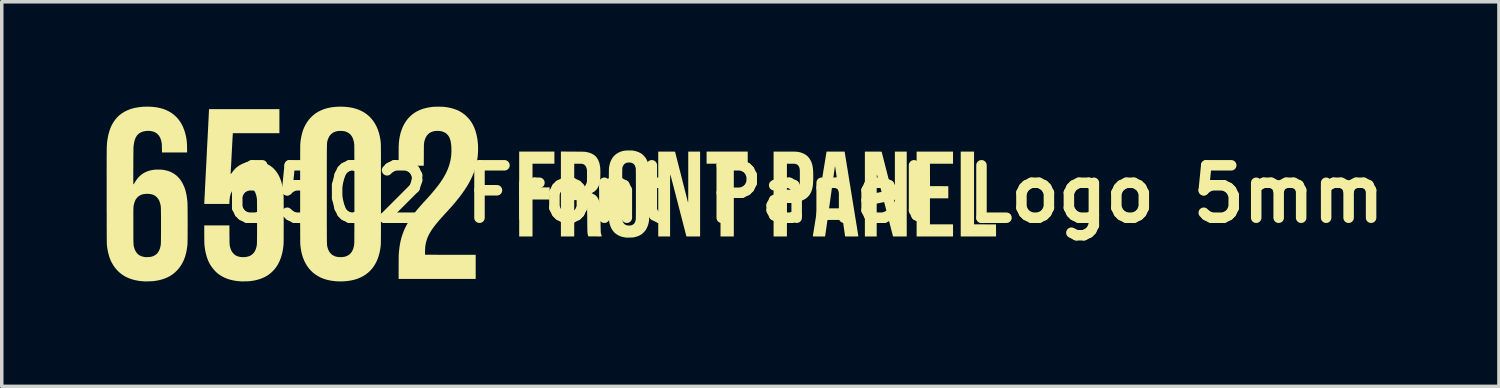
<source format=kicad_pcb>
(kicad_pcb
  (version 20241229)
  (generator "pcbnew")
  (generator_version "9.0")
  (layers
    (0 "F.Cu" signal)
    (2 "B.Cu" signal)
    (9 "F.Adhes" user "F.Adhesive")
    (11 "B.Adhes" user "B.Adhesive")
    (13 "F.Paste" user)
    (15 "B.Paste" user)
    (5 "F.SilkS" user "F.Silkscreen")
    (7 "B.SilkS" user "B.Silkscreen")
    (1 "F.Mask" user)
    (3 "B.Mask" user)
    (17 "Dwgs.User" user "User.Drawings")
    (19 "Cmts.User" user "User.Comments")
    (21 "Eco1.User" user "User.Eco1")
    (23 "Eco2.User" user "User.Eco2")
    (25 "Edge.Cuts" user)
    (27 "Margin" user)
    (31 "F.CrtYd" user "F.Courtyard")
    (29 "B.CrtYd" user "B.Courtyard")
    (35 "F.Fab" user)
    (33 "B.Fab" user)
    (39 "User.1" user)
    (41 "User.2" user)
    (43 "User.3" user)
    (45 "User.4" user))
  (footprint "6502 Front Panel Logo 5mm"
    (layer "F.Cu")
    (at 19.985 2.499)
    (property "Reference" "6502 Front Panel Logo 5mm" (at 0 0 0) (layer "F.SilkS") (effects (font (size 1.5 1.5) (thickness 0.3))))
    (attr board_only exclude_from_pos_files exclude_from_bom)
    (fp_poly (pts (xy 4.823 -0.173) (xy 4.823 0.867) (xy 5.137 0.868) (xy 5.451 0.869) (xy 5.452 1.042) (xy 5.453 1.214) (xy 4.948 1.214) (xy 4.442 1.214) (xy 4.442 0) (xy 4.442 -1.214) (xy 4.632 -1.214) (xy 4.823 -1.214)) (stroke (width 0) (type solid)) (fill yes) (layer "F.SilkS"))
    (fp_poly (pts (xy -1.65 -1.041) (xy -1.65 -0.867) (xy -1.849 -0.867) (xy -2.048 -0.867) (xy -2.048 0.173) (xy -2.048 1.214) (xy -2.238 1.214) (xy -2.428 1.214) (xy -2.428 0.173) (xy -2.428 -0.867) (xy -2.627 -0.867) (xy -2.826 -0.867) (xy -2.826 -1.041) (xy -2.826 -1.214) (xy -2.238 -1.214) (xy -1.65 -1.214)) (stroke (width 0) (type solid)) (fill yes) (layer "F.SilkS"))
    (fp_poly (pts (xy -7.179 -1.041) (xy -7.179 -0.867) (xy -7.492 -0.867) (xy -7.805 -0.867) (xy -7.805 -0.529) (xy -7.805 -0.19) (xy -7.56 -0.19) (xy -7.315 -0.19) (xy -7.315 -0.017) (xy -7.315 0.157) (xy -7.56 0.157) (xy -7.805 0.157) (xy -7.805 0.685) (xy -7.805 1.214) (xy -7.996 1.214) (xy -8.186 1.214) (xy -8.186 0) (xy -8.186 -1.214) (xy -7.683 -1.214) (xy -7.179 -1.214)) (stroke (width 0) (type solid)) (fill yes) (layer "F.SilkS"))
    (fp_poly (pts (xy 4.222 -1.041) (xy 4.222 -0.867) (xy 3.892 -0.867) (xy 3.562 -0.867) (xy 3.563 -0.547) (xy 3.564 -0.226) (xy 3.825 -0.225) (xy 4.087 -0.224) (xy 4.087 -0.051) (xy 4.087 0.123) (xy 3.824 0.123) (xy 3.562 0.123) (xy 3.562 0.495) (xy 3.562 0.867) (xy 3.892 0.867) (xy 4.222 0.867) (xy 4.222 1.041) (xy 4.222 1.214) (xy 3.702 1.214) (xy 3.181 1.214) (xy 3.181 0) (xy 3.181 -1.214) (xy 3.702 -1.214) (xy 4.222 -1.214)) (stroke (width 0) (type solid)) (fill yes) (layer "F.SilkS"))
    (fp_poly (pts (xy -3.969 -1.213) (xy -3.729 -1.212) (xy -3.544 -0.489) (xy -3.525 -0.412) (xy -3.506 -0.338) (xy -3.488 -0.266) (xy -3.47 -0.198) (xy -3.454 -0.133) (xy -3.438 -0.072) (xy -3.423 -0.015) (xy -3.41 0.038) (xy -3.398 0.085) (xy -3.387 0.126) (xy -3.378 0.162) (xy -3.371 0.191) (xy -3.365 0.214) (xy -3.361 0.229) (xy -3.359 0.237) (xy -3.359 0.238) (xy -3.356 0.241) (xy -3.355 0.241) (xy -3.354 0.237) (xy -3.354 0.224) (xy -3.353 0.203) (xy -3.353 0.174) (xy -3.352 0.136) (xy -3.352 0.09) (xy -3.352 0.035) (xy -3.351 -0.028) (xy -3.351 -0.099) (xy -3.351 -0.178) (xy -3.351 -0.266) (xy -3.351 -0.362) (xy -3.351 -0.466) (xy -3.351 -0.487) (xy -3.351 -1.214) (xy -3.181 -1.214) (xy -3.012 -1.214) (xy -3.012 0) (xy -3.012 1.214) (xy -3.208 1.214) (xy -3.403 1.214) (xy -3.632 0.328) (xy -3.661 0.214) (xy -3.689 0.108) (xy -3.714 0.009) (xy -3.738 -0.082) (xy -3.759 -0.165) (xy -3.779 -0.24) (xy -3.797 -0.307) (xy -3.812 -0.367) (xy -3.826 -0.418) (xy -3.838 -0.462) (xy -3.847 -0.497) (xy -3.855 -0.525) (xy -3.861 -0.544) (xy -3.864 -0.555) (xy -3.866 -0.558) (xy -3.866 -0.557) (xy -3.867 -0.552) (xy -3.867 -0.544) (xy -3.868 -0.532) (xy -3.868 -0.516) (xy -3.869 -0.496) (xy -3.869 -0.471) (xy -3.869 -0.441) (xy -3.87 -0.406) (xy -3.87 -0.366) (xy -3.87 -0.319) (xy -3.87 -0.267) (xy -3.871 -0.208) (xy -3.871 -0.143) (xy -3.871 -0.071) (xy -3.871 0.009) (xy -3.871 0.096) (xy -3.871 0.191) (xy -3.871 0.294) (xy -3.871 0.328) (xy -3.871 1.214) (xy -4.04 1.214) (xy -4.209 1.214) (xy -4.209 -0.000035) (xy -4.209 -1.214)) (stroke (width 0) (type solid)) (fill yes) (layer "F.SilkS"))
    (fp_poly (pts (xy 1.94 -1.213) (xy 2.18 -1.212) (xy 2.365 -0.487) (xy 2.385 -0.41) (xy 2.404 -0.336) (xy 2.422 -0.264) (xy 2.44 -0.196) (xy 2.456 -0.13) (xy 2.472 -0.069) (xy 2.487 -0.012) (xy 2.5 0.04) (xy 2.512 0.087) (xy 2.522 0.129) (xy 2.532 0.164) (xy 2.539 0.194) (xy 2.545 0.216) (xy 2.549 0.231) (xy 2.551 0.239) (xy 2.551 0.24) (xy 2.554 0.241) (xy 2.555 0.241) (xy 2.556 0.237) (xy 2.556 0.224) (xy 2.557 0.203) (xy 2.557 0.174) (xy 2.558 0.136) (xy 2.558 0.09) (xy 2.559 0.035) (xy 2.559 -0.028) (xy 2.559 -0.099) (xy 2.559 -0.178) (xy 2.559 -0.266) (xy 2.559 -0.362) (xy 2.559 -0.466) (xy 2.559 -0.487) (xy 2.559 -1.214) (xy 2.729 -1.214) (xy 2.898 -1.214) (xy 2.898 0) (xy 2.898 1.214) (xy 2.702 1.214) (xy 2.506 1.214) (xy 2.278 0.329) (xy 2.254 0.238) (xy 2.231 0.149) (xy 2.209 0.065) (xy 2.188 -0.016) (xy 2.169 -0.092) (xy 2.15 -0.164) (xy 2.132 -0.23) (xy 2.116 -0.292) (xy 2.102 -0.348) (xy 2.088 -0.398) (xy 2.077 -0.441) (xy 2.067 -0.479) (xy 2.058 -0.509) (xy 2.052 -0.532) (xy 2.047 -0.548) (xy 2.045 -0.556) (xy 2.044 -0.557) (xy 2.044 -0.556) (xy 2.043 -0.551) (xy 2.043 -0.543) (xy 2.042 -0.53) (xy 2.042 -0.513) (xy 2.041 -0.492) (xy 2.041 -0.466) (xy 2.041 -0.434) (xy 2.04 -0.398) (xy 2.04 -0.355) (xy 2.04 -0.307) (xy 2.04 -0.253) (xy 2.039 -0.192) (xy 2.039 -0.124) (xy 2.039 -0.049) (xy 2.039 0.033) (xy 2.039 0.123) (xy 2.039 0.221) (xy 2.039 0.327) (xy 2.039 0.328) (xy 2.039 1.214) (xy 1.87 1.214) (xy 1.701 1.214) (xy 1.701 -0.000035) (xy 1.701 -1.214)) (stroke (width 0) (type solid)) (fill yes) (layer "F.SilkS"))
    (fp_poly (pts (xy -0.533 -1.214) (xy -0.475 -1.214) (xy -0.424 -1.214) (xy -0.379 -1.213) (xy -0.34 -1.213) (xy -0.306 -1.212) (xy -0.277 -1.21) (xy -0.251 -1.209) (xy -0.229 -1.207) (xy -0.209 -1.204) (xy -0.19 -1.201) (xy -0.173 -1.198) (xy -0.157 -1.194) (xy -0.14 -1.189) (xy -0.122 -1.184) (xy -0.116 -1.182) (xy -0.058 -1.159) (xy -0.004 -1.13) (xy 0.044 -1.095) (xy 0.086 -1.053) (xy 0.123 -1.005) (xy 0.154 -0.951) (xy 0.18 -0.891) (xy 0.199 -0.825) (xy 0.207 -0.786) (xy 0.212 -0.751) (xy 0.217 -0.709) (xy 0.22 -0.662) (xy 0.222 -0.61) (xy 0.224 -0.555) (xy 0.224 -0.499) (xy 0.224 -0.443) (xy 0.222 -0.388) (xy 0.22 -0.335) (xy 0.217 -0.287) (xy 0.213 -0.244) (xy 0.208 -0.208) (xy 0.207 -0.203) (xy 0.192 -0.136) (xy 0.171 -0.074) (xy 0.144 -0.018) (xy 0.112 0.032) (xy 0.097 0.051) (xy 0.059 0.092) (xy 0.015 0.128) (xy -0.034 0.158) (xy -0.088 0.182) (xy -0.149 0.202) (xy -0.205 0.214) (xy -0.22 0.216) (xy -0.237 0.218) (xy -0.259 0.22) (xy -0.286 0.221) (xy -0.319 0.222) (xy -0.359 0.223) (xy -0.385 0.224) (xy -0.527 0.226) (xy -0.528 0.72) (xy -0.529 1.214) (xy -0.719 1.214) (xy -0.91 1.214) (xy -0.91 0) (xy -0.91 -0.495) (xy -0.529 -0.495) (xy -0.529 -0.123) (xy -0.418 -0.123) (xy -0.379 -0.123) (xy -0.347 -0.123) (xy -0.323 -0.124) (xy -0.304 -0.126) (xy -0.291 -0.127) (xy -0.285 -0.129) (xy -0.251 -0.141) (xy -0.223 -0.158) (xy -0.201 -0.181) (xy -0.183 -0.21) (xy -0.17 -0.246) (xy -0.166 -0.263) (xy -0.164 -0.272) (xy -0.163 -0.282) (xy -0.162 -0.293) (xy -0.161 -0.307) (xy -0.16 -0.323) (xy -0.159 -0.344) (xy -0.159 -0.37) (xy -0.159 -0.401) (xy -0.159 -0.439) (xy -0.159 -0.484) (xy -0.159 -0.495) (xy -0.159 -0.542) (xy -0.159 -0.582) (xy -0.159 -0.614) (xy -0.159 -0.641) (xy -0.16 -0.663) (xy -0.161 -0.68) (xy -0.162 -0.694) (xy -0.163 -0.706) (xy -0.164 -0.715) (xy -0.166 -0.724) (xy -0.166 -0.725) (xy -0.176 -0.762) (xy -0.19 -0.792) (xy -0.206 -0.816) (xy -0.227 -0.835) (xy -0.241 -0.844) (xy -0.254 -0.85) (xy -0.267 -0.856) (xy -0.279 -0.86) (xy -0.294 -0.863) (xy -0.312 -0.865) (xy -0.334 -0.866) (xy -0.361 -0.867) (xy -0.395 -0.867) (xy -0.418 -0.867) (xy -0.529 -0.867) (xy -0.529 -0.495) (xy -0.91 -0.495) (xy -0.91 -1.214) (xy -0.6 -1.214)) (stroke (width 0) (type solid)) (fill yes) (layer "F.SilkS"))
    (fp_poly (pts (xy 1.123 -1.203) (xy 1.124 -1.197) (xy 1.126 -1.183) (xy 1.13 -1.162) (xy 1.134 -1.134) (xy 1.14 -1.1) (xy 1.147 -1.059) (xy 1.154 -1.012) (xy 1.163 -0.959) (xy 1.172 -0.902) (xy 1.182 -0.84) (xy 1.193 -0.773) (xy 1.205 -0.703) (xy 1.217 -0.629) (xy 1.229 -0.552) (xy 1.242 -0.473) (xy 1.255 -0.391) (xy 1.269 -0.307) (xy 1.283 -0.222) (xy 1.297 -0.136) (xy 1.311 -0.05) (xy 1.325 0.037) (xy 1.339 0.124) (xy 1.353 0.211) (xy 1.367 0.296) (xy 1.381 0.38) (xy 1.394 0.462) (xy 1.407 0.542) (xy 1.419 0.619) (xy 1.431 0.694) (xy 1.443 0.765) (xy 1.454 0.832) (xy 1.464 0.895) (xy 1.474 0.954) (xy 1.482 1.007) (xy 1.49 1.055) (xy 1.497 1.098) (xy 1.503 1.134) (xy 1.507 1.163) (xy 1.511 1.186) (xy 1.513 1.201) (xy 1.514 1.208) (xy 1.515 1.209) (xy 1.513 1.21) (xy 1.508 1.211) (xy 1.499 1.212) (xy 1.486 1.213) (xy 1.467 1.213) (xy 1.442 1.214) (xy 1.411 1.214) (xy 1.372 1.214) (xy 1.326 1.214) (xy 1.325 1.214) (xy 1.136 1.214) (xy 1.102 0.978) (xy 1.068 0.742) (xy 0.849 0.741) (xy 0.796 0.741) (xy 0.75 0.741) (xy 0.711 0.741) (xy 0.68 0.742) (xy 0.656 0.742) (xy 0.639 0.743) (xy 0.631 0.744) (xy 0.63 0.744) (xy 0.63 0.749) (xy 0.628 0.762) (xy 0.625 0.78) (xy 0.622 0.805) (xy 0.618 0.834) (xy 0.613 0.866) (xy 0.608 0.902) (xy 0.603 0.939) (xy 0.597 0.977) (xy 0.592 1.015) (xy 0.586 1.051) (xy 0.581 1.086) (xy 0.577 1.118) (xy 0.572 1.146) (xy 0.569 1.169) (xy 0.566 1.187) (xy 0.565 1.198) (xy 0.564 1.2) (xy 0.562 1.214) (xy 0.387 1.214) (xy 0.342 1.214) (xy 0.306 1.214) (xy 0.276 1.214) (xy 0.253 1.213) (xy 0.236 1.213) (xy 0.224 1.212) (xy 0.216 1.211) (xy 0.212 1.21) (xy 0.212 1.209) (xy 0.212 1.204) (xy 0.214 1.192) (xy 0.217 1.172) (xy 0.222 1.144) (xy 0.227 1.11) (xy 0.234 1.07) (xy 0.241 1.024) (xy 0.249 0.972) (xy 0.259 0.916) (xy 0.269 0.854) (xy 0.279 0.788) (xy 0.291 0.718) (xy 0.302 0.645) (xy 0.315 0.569) (xy 0.328 0.489) (xy 0.341 0.41) (xy 0.676 0.41) (xy 0.848 0.41) (xy 1.02 0.41) (xy 1.019 0.401) (xy 1.019 0.395) (xy 1.017 0.381) (xy 1.014 0.36) (xy 1.011 0.333) (xy 1.006 0.299) (xy 1.001 0.261) (xy 0.994 0.217) (xy 0.988 0.169) (xy 0.981 0.118) (xy 0.973 0.064) (xy 0.965 0.007) (xy 0.956 -0.052) (xy 0.948 -0.113) (xy 0.939 -0.174) (xy 0.93 -0.235) (xy 0.922 -0.296) (xy 0.913 -0.355) (xy 0.905 -0.414) (xy 0.897 -0.47) (xy 0.889 -0.524) (xy 0.881 -0.574) (xy 0.875 -0.62) (xy 0.869 -0.662) (xy 0.863 -0.699) (xy 0.858 -0.731) (xy 0.855 -0.756) (xy 0.852 -0.775) (xy 0.85 -0.786) (xy 0.849 -0.789) (xy 0.845 -0.791) (xy 0.844 -0.791) (xy 0.844 -0.786) (xy 0.842 -0.774) (xy 0.839 -0.755) (xy 0.835 -0.728) (xy 0.83 -0.695) (xy 0.825 -0.656) (xy 0.819 -0.611) (xy 0.812 -0.561) (xy 0.804 -0.507) (xy 0.796 -0.449) (xy 0.787 -0.387) (xy 0.778 -0.322) (xy 0.769 -0.254) (xy 0.762 -0.203) (xy 0.752 -0.133) (xy 0.743 -0.066) (xy 0.734 -0.001) (xy 0.725 0.061) (xy 0.717 0.119) (xy 0.71 0.172) (xy 0.703 0.222) (xy 0.697 0.266) (xy 0.691 0.305) (xy 0.687 0.337) (xy 0.683 0.363) (xy 0.68 0.382) (xy 0.679 0.393) (xy 0.678 0.397) (xy 0.676 0.41) (xy 0.341 0.41) (xy 0.341 0.408) (xy 0.354 0.325) (xy 0.368 0.24) (xy 0.382 0.154) (xy 0.396 0.067) (xy 0.41 -0.02) (xy 0.425 -0.107) (xy 0.439 -0.193) (xy 0.452 -0.279) (xy 0.466 -0.363) (xy 0.48 -0.445) (xy 0.493 -0.526) (xy 0.505 -0.603) (xy 0.517 -0.678) (xy 0.529 -0.75) (xy 0.54 -0.817) (xy 0.551 -0.881) (xy 0.56 -0.94) (xy 0.569 -0.994) (xy 0.577 -1.043) (xy 0.584 -1.086) (xy 0.59 -1.123) (xy 0.595 -1.154) (xy 0.599 -1.177) (xy 0.602 -1.193) (xy 0.603 -1.202) (xy 0.603 -1.203) (xy 0.606 -1.214) (xy 0.863 -1.214) (xy 1.12 -1.214)) (stroke (width 0) (type solid)) (fill yes) (layer "F.SilkS"))
    (fp_poly (pts (xy -6.654 -1.213) (xy -6.592 -1.213) (xy -6.538 -1.212) (xy -6.491 -1.212) (xy -6.451 -1.212) (xy -6.416 -1.211) (xy -6.387 -1.211) (xy -6.363 -1.21) (xy -6.343 -1.21) (xy -6.326 -1.209) (xy -6.313 -1.208) (xy -6.301 -1.207) (xy -6.291 -1.206) (xy -6.282 -1.205) (xy -6.273 -1.203) (xy -6.268 -1.202) (xy -6.203 -1.188) (xy -6.145 -1.169) (xy -6.094 -1.146) (xy -6.049 -1.119) (xy -6.009 -1.087) (xy -5.975 -1.049) (xy -5.945 -1.006) (xy -5.926 -0.971) (xy -5.907 -0.927) (xy -5.892 -0.88) (xy -5.88 -0.828) (xy -5.871 -0.769) (xy -5.867 -0.73) (xy -5.866 -0.702) (xy -5.865 -0.669) (xy -5.864 -0.632) (xy -5.864 -0.592) (xy -5.865 -0.551) (xy -5.865 -0.51) (xy -5.867 -0.471) (xy -5.868 -0.435) (xy -5.87 -0.403) (xy -5.873 -0.378) (xy -5.874 -0.369) (xy -5.887 -0.305) (xy -5.906 -0.246) (xy -5.931 -0.193) (xy -5.96 -0.146) (xy -5.992 -0.108) (xy -6.011 -0.091) (xy -6.035 -0.072) (xy -6.061 -0.055) (xy -6.086 -0.041) (xy -6.095 -0.036) (xy -6.106 -0.031) (xy -6.112 -0.026) (xy -6.112 -0.025) (xy -6.108 -0.021) (xy -6.098 -0.016) (xy -6.084 -0.009) (xy -6.077 -0.006) (xy -6.037 0.014) (xy -6.001 0.039) (xy -5.971 0.068) (xy -5.944 0.103) (xy -5.922 0.143) (xy -5.903 0.19) (xy -5.888 0.243) (xy -5.875 0.303) (xy -5.869 0.344) (xy -5.868 0.355) (xy -5.867 0.368) (xy -5.866 0.384) (xy -5.865 0.402) (xy -5.864 0.425) (xy -5.863 0.451) (xy -5.863 0.483) (xy -5.862 0.52) (xy -5.861 0.563) (xy -5.861 0.612) (xy -5.86 0.669) (xy -5.859 0.734) (xy -5.859 0.742) (xy -5.859 0.806) (xy -5.858 0.861) (xy -5.858 0.91) (xy -5.857 0.951) (xy -5.856 0.987) (xy -5.856 1.016) (xy -5.855 1.041) (xy -5.854 1.062) (xy -5.854 1.078) (xy -5.853 1.092) (xy -5.852 1.102) (xy -5.851 1.111) (xy -5.849 1.118) (xy -5.849 1.121) (xy -5.841 1.153) (xy -5.831 1.185) (xy -5.823 1.207) (xy -5.823 1.209) (xy -5.824 1.21) (xy -5.827 1.211) (xy -5.833 1.212) (xy -5.842 1.213) (xy -5.855 1.213) (xy -5.874 1.213) (xy -5.898 1.214) (xy -5.928 1.214) (xy -5.965 1.213) (xy -6.01 1.213) (xy -6.014 1.213) (xy -6.208 1.212) (xy -6.214 1.193) (xy -6.218 1.18) (xy -6.221 1.168) (xy -6.224 1.157) (xy -6.227 1.146) (xy -6.229 1.135) (xy -6.231 1.122) (xy -6.233 1.108) (xy -6.234 1.092) (xy -6.235 1.072) (xy -6.236 1.05) (xy -6.237 1.023) (xy -6.237 0.991) (xy -6.238 0.954) (xy -6.238 0.91) (xy -6.239 0.86) (xy -6.239 0.803) (xy -6.24 0.747) (xy -6.24 0.682) (xy -6.241 0.625) (xy -6.242 0.575) (xy -6.242 0.533) (xy -6.243 0.496) (xy -6.243 0.465) (xy -6.244 0.439) (xy -6.245 0.417) (xy -6.245 0.399) (xy -6.246 0.385) (xy -6.247 0.373) (xy -6.248 0.364) (xy -6.25 0.356) (xy -6.25 0.354) (xy -6.26 0.311) (xy -6.274 0.275) (xy -6.292 0.245) (xy -6.315 0.221) (xy -6.342 0.202) (xy -6.376 0.187) (xy -6.389 0.183) (xy -6.4 0.181) (xy -6.416 0.179) (xy -6.438 0.177) (xy -6.466 0.176) (xy -6.502 0.175) (xy -6.512 0.175) (xy -6.612 0.173) (xy -6.612 0.693) (xy -6.612 1.214) (xy -6.803 1.214) (xy -6.993 1.214) (xy -6.993 -0.000231) (xy -6.993 -0.52) (xy -6.612 -0.52) (xy -6.612 -0.172) (xy -6.512 -0.175) (xy -6.473 -0.176) (xy -6.442 -0.177) (xy -6.418 -0.179) (xy -6.401 -0.181) (xy -6.39 -0.183) (xy -6.364 -0.192) (xy -6.339 -0.205) (xy -6.317 -0.219) (xy -6.301 -0.234) (xy -6.301 -0.234) (xy -6.283 -0.259) (xy -6.268 -0.29) (xy -6.256 -0.325) (xy -6.254 -0.334) (xy -6.252 -0.343) (xy -6.25 -0.354) (xy -6.249 -0.366) (xy -6.248 -0.381) (xy -6.247 -0.399) (xy -6.247 -0.423) (xy -6.247 -0.452) (xy -6.246 -0.487) (xy -6.246 -0.525) (xy -6.246 -0.567) (xy -6.247 -0.602) (xy -6.247 -0.63) (xy -6.247 -0.653) (xy -6.248 -0.671) (xy -6.249 -0.686) (xy -6.251 -0.699) (xy -6.252 -0.71) (xy -6.254 -0.719) (xy -6.266 -0.759) (xy -6.281 -0.793) (xy -6.301 -0.819) (xy -6.326 -0.839) (xy -6.333 -0.844) (xy -6.346 -0.85) (xy -6.359 -0.856) (xy -6.372 -0.86) (xy -6.387 -0.863) (xy -6.405 -0.865) (xy -6.428 -0.866) (xy -6.456 -0.867) (xy -6.49 -0.867) (xy -6.505 -0.867) (xy -6.612 -0.867) (xy -6.612 -0.52) (xy -6.993 -0.52) (xy -6.993 -1.215)) (stroke (width 0) (type solid)) (fill yes) (layer "F.SilkS"))
    (fp_poly (pts (xy -10.456 -2.497) (xy -10.418 -2.497) (xy -10.384 -2.496) (xy -10.355 -2.494) (xy -10.335 -2.493) (xy -10.235 -2.479) (xy -10.141 -2.46) (xy -10.053 -2.435) (xy -9.971 -2.405) (xy -9.895 -2.369) (xy -9.823 -2.327) (xy -9.756 -2.279) (xy -9.745 -2.271) (xy -9.729 -2.257) (xy -9.71 -2.24) (xy -9.69 -2.22) (xy -9.67 -2.201) (xy -9.665 -2.195) (xy -9.607 -2.13) (xy -9.555 -2.058) (xy -9.51 -1.981) (xy -9.47 -1.897) (xy -9.437 -1.808) (xy -9.41 -1.713) (xy -9.388 -1.612) (xy -9.373 -1.505) (xy -9.367 -1.439) (xy -9.364 -1.403) (xy -9.363 -1.361) (xy -9.362 -1.315) (xy -9.362 -1.268) (xy -9.363 -1.221) (xy -9.365 -1.177) (xy -9.367 -1.138) (xy -9.369 -1.115) (xy -9.381 -1.012) (xy -9.399 -0.91) (xy -9.421 -0.811) (xy -9.45 -0.712) (xy -9.483 -0.614) (xy -9.523 -0.516) (xy -9.569 -0.418) (xy -9.621 -0.319) (xy -9.68 -0.219) (xy -9.746 -0.118) (xy -9.818 -0.014) (xy -9.898 0.092) (xy -9.985 0.201) (xy -10.018 0.241) (xy -10.051 0.28) (xy -10.083 0.318) (xy -10.116 0.356) (xy -10.15 0.394) (xy -10.186 0.434) (xy -10.226 0.478) (xy -10.27 0.526) (xy -10.293 0.55) (xy -10.364 0.628) (xy -10.429 0.7) (xy -10.488 0.768) (xy -10.541 0.831) (xy -10.589 0.891) (xy -10.633 0.948) (xy -10.671 1.002) (xy -10.706 1.054) (xy -10.736 1.104) (xy -10.763 1.152) (xy -10.786 1.2) (xy -10.807 1.247) (xy -10.824 1.294) (xy -10.839 1.342) (xy -10.849 1.377) (xy -10.859 1.423) (xy -10.867 1.468) (xy -10.873 1.515) (xy -10.876 1.565) (xy -10.878 1.622) (xy -10.878 1.637) (xy -10.879 1.737) (xy -10.154 1.738) (xy -9.43 1.739) (xy -9.43 2.084) (xy -9.43 2.428) (xy -10.532 2.428) (xy -11.634 2.428) (xy -11.634 2.105) (xy -11.634 2.052) (xy -11.634 1.999) (xy -11.633 1.948) (xy -11.633 1.901) (xy -11.633 1.856) (xy -11.632 1.816) (xy -11.632 1.781) (xy -11.631 1.752) (xy -11.63 1.73) (xy -11.63 1.717) (xy -11.619 1.594) (xy -11.603 1.478) (xy -11.583 1.367) (xy -11.557 1.26) (xy -11.525 1.157) (xy -11.487 1.057) (xy -11.443 0.958) (xy -11.392 0.861) (xy -11.334 0.763) (xy -11.268 0.664) (xy -11.213 0.588) (xy -11.18 0.544) (xy -11.146 0.501) (xy -11.111 0.457) (xy -11.074 0.413) (xy -11.034 0.367) (xy -10.991 0.318) (xy -10.944 0.265) (xy -10.891 0.208) (xy -10.879 0.195) (xy -10.795 0.103) (xy -10.717 0.015) (xy -10.646 -0.068) (xy -10.581 -0.147) (xy -10.521 -0.223) (xy -10.466 -0.295) (xy -10.417 -0.365) (xy -10.373 -0.433) (xy -10.333 -0.499) (xy -10.297 -0.564) (xy -10.265 -0.628) (xy -10.237 -0.691) (xy -10.212 -0.754) (xy -10.194 -0.806) (xy -10.169 -0.89) (xy -10.15 -0.972) (xy -10.136 -1.053) (xy -10.128 -1.136) (xy -10.124 -1.222) (xy -10.125 -1.295) (xy -10.128 -1.367) (xy -10.134 -1.432) (xy -10.143 -1.49) (xy -10.155 -1.541) (xy -10.17 -1.587) (xy -10.188 -1.628) (xy -10.21 -1.663) (xy -10.235 -1.695) (xy -10.24 -1.7) (xy -10.277 -1.734) (xy -10.318 -1.761) (xy -10.365 -1.781) (xy -10.416 -1.796) (xy -10.473 -1.804) (xy -10.492 -1.805) (xy -10.553 -1.805) (xy -10.61 -1.799) (xy -10.663 -1.786) (xy -10.711 -1.767) (xy -10.754 -1.742) (xy -10.773 -1.727) (xy -10.806 -1.695) (xy -10.835 -1.659) (xy -10.859 -1.616) (xy -10.88 -1.567) (xy -10.896 -1.512) (xy -10.903 -1.48) (xy -10.905 -1.471) (xy -10.906 -1.462) (xy -10.907 -1.453) (xy -10.908 -1.443) (xy -10.909 -1.43) (xy -10.91 -1.415) (xy -10.911 -1.397) (xy -10.911 -1.375) (xy -10.912 -1.348) (xy -10.912 -1.316) (xy -10.912 -1.278) (xy -10.913 -1.233) (xy -10.913 -1.182) (xy -10.913 -1.122) (xy -10.913 -1.122) (xy -10.915 -0.808) (xy -11.275 -0.808) (xy -11.634 -0.808) (xy -11.634 -1.095) (xy -11.634 -1.159) (xy -11.634 -1.215) (xy -11.633 -1.264) (xy -11.633 -1.307) (xy -11.632 -1.345) (xy -11.632 -1.378) (xy -11.63 -1.408) (xy -11.629 -1.435) (xy -11.627 -1.46) (xy -11.625 -1.483) (xy -11.623 -1.506) (xy -11.62 -1.53) (xy -11.617 -1.555) (xy -11.599 -1.657) (xy -11.576 -1.754) (xy -11.546 -1.845) (xy -11.51 -1.932) (xy -11.468 -2.012) (xy -11.42 -2.088) (xy -11.367 -2.157) (xy -11.307 -2.22) (xy -11.242 -2.277) (xy -11.177 -2.325) (xy -11.106 -2.367) (xy -11.029 -2.403) (xy -10.947 -2.434) (xy -10.858 -2.459) (xy -10.764 -2.478) (xy -10.663 -2.492) (xy -10.661 -2.493) (xy -10.638 -2.494) (xy -10.608 -2.496) (xy -10.573 -2.497) (xy -10.535 -2.497) (xy -10.496 -2.498)) (stroke (width 0) (type solid)) (fill yes) (layer "F.SilkS"))
    (fp_poly (pts (xy -5.009 -1.246) (xy -4.982 -1.245) (xy -4.961 -1.245) (xy -4.943 -1.243) (xy -4.927 -1.242) (xy -4.911 -1.239) (xy -4.896 -1.236) (xy -4.829 -1.219) (xy -4.767 -1.196) (xy -4.71 -1.167) (xy -4.692 -1.156) (xy -4.676 -1.144) (xy -4.657 -1.127) (xy -4.635 -1.107) (xy -4.614 -1.086) (xy -4.595 -1.065) (xy -4.578 -1.045) (xy -4.57 -1.034) (xy -4.541 -0.985) (xy -4.516 -0.929) (xy -4.495 -0.868) (xy -4.48 -0.803) (xy -4.479 -0.8) (xy -4.47 -0.751) (xy -4.47 0) (xy -4.47 0.751) (xy -4.479 0.8) (xy -4.494 0.865) (xy -4.515 0.926) (xy -4.54 0.982) (xy -4.569 1.032) (xy -4.57 1.034) (xy -4.583 1.051) (xy -4.601 1.071) (xy -4.621 1.093) (xy -4.642 1.114) (xy -4.663 1.133) (xy -4.682 1.149) (xy -4.692 1.156) (xy -4.739 1.183) (xy -4.791 1.206) (xy -4.847 1.224) (xy -4.903 1.238) (xy -4.903 1.238) (xy -4.918 1.24) (xy -4.94 1.242) (xy -4.966 1.243) (xy -4.994 1.245) (xy -5.024 1.246) (xy -5.053 1.247) (xy -5.08 1.247) (xy -5.104 1.247) (xy -5.122 1.246) (xy -5.132 1.245) (xy -5.14 1.244) (xy -5.155 1.242) (xy -5.173 1.239) (xy -5.184 1.237) (xy -5.245 1.224) (xy -5.303 1.204) (xy -5.358 1.178) (xy -5.409 1.146) (xy -5.454 1.11) (xy -5.473 1.09) (xy -5.511 1.045) (xy -5.542 0.996) (xy -5.569 0.942) (xy -5.59 0.882) (xy -5.597 0.855) (xy -5.6 0.844) (xy -5.603 0.832) (xy -5.606 0.822) (xy -5.608 0.811) (xy -5.61 0.8) (xy -5.612 0.788) (xy -5.614 0.775) (xy -5.615 0.76) (xy -5.617 0.743) (xy -5.618 0.723) (xy -5.619 0.701) (xy -5.62 0.676) (xy -5.62 0.646) (xy -5.621 0.613) (xy -5.621 0.575) (xy -5.622 0.532) (xy -5.622 0.484) (xy -5.622 0.431) (xy -5.622 0.371) (xy -5.622 0.328) (xy -5.241 0.328) (xy -5.241 0.396) (xy -5.241 0.456) (xy -5.241 0.51) (xy -5.241 0.557) (xy -5.24 0.597) (xy -5.24 0.632) (xy -5.24 0.662) (xy -5.239 0.686) (xy -5.239 0.705) (xy -5.238 0.719) (xy -5.238 0.729) (xy -5.237 0.734) (xy -5.227 0.778) (xy -5.211 0.815) (xy -5.19 0.846) (xy -5.163 0.87) (xy -5.132 0.887) (xy -5.095 0.898) (xy -5.072 0.901) (xy -5.04 0.902) (xy -5.008 0.9) (xy -4.979 0.894) (xy -4.956 0.887) (xy -4.955 0.886) (xy -4.925 0.87) (xy -4.901 0.849) (xy -4.882 0.823) (xy -4.867 0.791) (xy -4.856 0.753) (xy -4.854 0.742) (xy -4.853 0.737) (xy -4.853 0.73) (xy -4.852 0.72) (xy -4.851 0.708) (xy -4.851 0.692) (xy -4.85 0.672) (xy -4.85 0.648) (xy -4.85 0.62) (xy -4.849 0.587) (xy -4.849 0.55) (xy -4.849 0.506) (xy -4.849 0.457) (xy -4.848 0.401) (xy -4.848 0.339) (xy -4.848 0.27) (xy -4.848 0.194) (xy -4.848 0.11) (xy -4.848 0.018) (xy -4.848 -0.000281) (xy -4.848 -0.106) (xy -4.848 -0.203) (xy -4.848 -0.292) (xy -4.849 -0.372) (xy -4.849 -0.444) (xy -4.849 -0.509) (xy -4.849 -0.565) (xy -4.85 -0.613) (xy -4.85 -0.654) (xy -4.851 -0.686) (xy -4.851 -0.711) (xy -4.852 -0.728) (xy -4.852 -0.737) (xy -4.853 -0.739) (xy -4.864 -0.782) (xy -4.88 -0.818) (xy -4.901 -0.848) (xy -4.928 -0.872) (xy -4.96 -0.888) (xy -4.996 -0.898) (xy -5.012 -0.9) (xy -5.058 -0.902) (xy -5.1 -0.897) (xy -5.135 -0.886) (xy -5.166 -0.868) (xy -5.191 -0.844) (xy -5.212 -0.812) (xy -5.228 -0.774) (xy -5.232 -0.763) (xy -5.233 -0.759) (xy -5.234 -0.755) (xy -5.235 -0.75) (xy -5.235 -0.743) (xy -5.236 -0.734) (xy -5.237 -0.723) (xy -5.237 -0.709) (xy -5.238 -0.692) (xy -5.238 -0.672) (xy -5.238 -0.648) (xy -5.239 -0.62) (xy -5.239 -0.587) (xy -5.239 -0.549) (xy -5.24 -0.506) (xy -5.24 -0.457) (xy -5.24 -0.401) (xy -5.24 -0.34) (xy -5.24 -0.271) (xy -5.24 -0.195) (xy -5.241 -0.112) (xy -5.241 -0.02) (xy -5.241 -0.017) (xy -5.241 0.081) (xy -5.241 0.172) (xy -5.241 0.254) (xy -5.241 0.328) (xy -5.622 0.328) (xy -5.622 0.304) (xy -5.622 0.231) (xy -5.622 0.15) (xy -5.622 0.061) (xy -5.622 0) (xy -5.622 -0.093) (xy -5.622 -0.177) (xy -5.622 -0.254) (xy -5.622 -0.323) (xy -5.622 -0.386) (xy -5.622 -0.442) (xy -5.622 -0.492) (xy -5.622 -0.536) (xy -5.621 -0.575) (xy -5.621 -0.609) (xy -5.621 -0.639) (xy -5.62 -0.664) (xy -5.62 -0.686) (xy -5.619 -0.704) (xy -5.619 -0.719) (xy -5.618 -0.732) (xy -5.617 -0.742) (xy -5.617 -0.751) (xy -5.616 -0.756) (xy -5.603 -0.83) (xy -5.585 -0.898) (xy -5.56 -0.961) (xy -5.529 -1.017) (xy -5.493 -1.068) (xy -5.45 -1.112) (xy -5.402 -1.151) (xy -5.348 -1.183) (xy -5.289 -1.21) (xy -5.271 -1.216) (xy -5.241 -1.225) (xy -5.214 -1.232) (xy -5.187 -1.238) (xy -5.159 -1.241) (xy -5.128 -1.244) (xy -5.093 -1.245) (xy -5.05 -1.246) (xy -5.043 -1.246)) (stroke (width 0) (type solid)) (fill yes) (layer "F.SilkS"))
    (fp_poly (pts (xy -15.044 -2.084) (xy -15.044 -1.739) (xy -15.71 -1.739) (xy -16.376 -1.739) (xy -16.378 -1.704) (xy -16.379 -1.695) (xy -16.38 -1.679) (xy -16.381 -1.655) (xy -16.383 -1.624) (xy -16.385 -1.587) (xy -16.387 -1.545) (xy -16.39 -1.497) (xy -16.393 -1.445) (xy -16.396 -1.389) (xy -16.399 -1.329) (xy -16.402 -1.267) (xy -16.406 -1.202) (xy -16.408 -1.155) (xy -16.412 -1.089) (xy -16.415 -1.025) (xy -16.418 -0.964) (xy -16.421 -0.905) (xy -16.424 -0.85) (xy -16.427 -0.8) (xy -16.43 -0.754) (xy -16.432 -0.713) (xy -16.434 -0.678) (xy -16.435 -0.649) (xy -16.437 -0.628) (xy -16.437 -0.613) (xy -16.438 -0.608) (xy -16.439 -0.592) (xy -16.439 -0.582) (xy -16.437 -0.577) (xy -16.434 -0.576) (xy -16.433 -0.575) (xy -16.426 -0.579) (xy -16.417 -0.59) (xy -16.404 -0.606) (xy -16.402 -0.61) (xy -16.355 -0.673) (xy -16.303 -0.73) (xy -16.245 -0.779) (xy -16.184 -0.822) (xy -16.117 -0.858) (xy -16.047 -0.886) (xy -15.972 -0.908) (xy -15.893 -0.922) (xy -15.81 -0.929) (xy -15.728 -0.929) (xy -15.641 -0.922) (xy -15.561 -0.909) (xy -15.485 -0.89) (xy -15.414 -0.865) (xy -15.348 -0.833) (xy -15.299 -0.803) (xy -15.241 -0.759) (xy -15.188 -0.708) (xy -15.139 -0.651) (xy -15.095 -0.586) (xy -15.055 -0.516) (xy -15.021 -0.439) (xy -14.991 -0.356) (xy -14.967 -0.267) (xy -14.948 -0.172) (xy -14.942 -0.136) (xy -14.939 -0.118) (xy -14.937 -0.101) (xy -14.935 -0.084) (xy -14.933 -0.068) (xy -14.931 -0.051) (xy -14.929 -0.034) (xy -14.928 -0.015) (xy -14.927 0.005) (xy -14.926 0.028) (xy -14.925 0.053) (xy -14.924 0.081) (xy -14.923 0.112) (xy -14.923 0.147) (xy -14.922 0.187) (xy -14.922 0.232) (xy -14.922 0.282) (xy -14.921 0.337) (xy -14.921 0.399) (xy -14.921 0.467) (xy -14.921 0.542) (xy -14.921 0.625) (xy -14.921 0.716) (xy -14.921 0.722) (xy -14.921 0.818) (xy -14.921 0.909) (xy -14.921 0.993) (xy -14.922 1.071) (xy -14.922 1.142) (xy -14.922 1.206) (xy -14.922 1.263) (xy -14.923 1.312) (xy -14.923 1.354) (xy -14.924 1.388) (xy -14.924 1.414) (xy -14.925 1.432) (xy -14.925 1.439) (xy -14.937 1.549) (xy -14.955 1.653) (xy -14.979 1.751) (xy -15.009 1.844) (xy -15.045 1.931) (xy -15.087 2.013) (xy -15.134 2.088) (xy -15.188 2.157) (xy -15.248 2.22) (xy -15.313 2.278) (xy -15.378 2.325) (xy -15.449 2.367) (xy -15.527 2.403) (xy -15.61 2.434) (xy -15.699 2.46) (xy -15.793 2.479) (xy -15.888 2.492) (xy -15.904 2.493) (xy -15.927 2.494) (xy -15.954 2.496) (xy -15.985 2.497) (xy -16.017 2.497) (xy -16.049 2.498) (xy -16.079 2.499) (xy -16.106 2.499) (xy -16.128 2.499) (xy -16.144 2.498) (xy -16.148 2.498) (xy -16.186 2.494) (xy -16.218 2.492) (xy -16.244 2.489) (xy -16.266 2.487) (xy -16.285 2.484) (xy -16.302 2.482) (xy -16.32 2.479) (xy -16.323 2.478) (xy -16.419 2.459) (xy -16.509 2.433) (xy -16.595 2.4) (xy -16.675 2.361) (xy -16.749 2.316) (xy -16.81 2.271) (xy -16.826 2.257) (xy -16.845 2.24) (xy -16.865 2.22) (xy -16.885 2.201) (xy -16.89 2.195) (xy -16.947 2.13) (xy -16.998 2.06) (xy -17.044 1.984) (xy -17.083 1.902) (xy -17.116 1.814) (xy -17.143 1.72) (xy -17.165 1.621) (xy -17.181 1.515) (xy -17.189 1.437) (xy -17.189 1.422) (xy -17.19 1.4) (xy -17.191 1.372) (xy -17.191 1.338) (xy -17.192 1.299) (xy -17.192 1.257) (xy -17.193 1.212) (xy -17.193 1.166) (xy -17.193 1.14) (xy -17.193 0.897) (xy -16.833 0.897) (xy -16.474 0.897) (xy -16.473 1.167) (xy -16.472 1.222) (xy -16.472 1.27) (xy -16.471 1.311) (xy -16.471 1.346) (xy -16.471 1.375) (xy -16.47 1.399) (xy -16.469 1.419) (xy -16.468 1.435) (xy -16.467 1.448) (xy -16.466 1.459) (xy -16.465 1.469) (xy -16.463 1.476) (xy -16.455 1.514) (xy -16.444 1.552) (xy -16.431 1.589) (xy -16.417 1.621) (xy -16.409 1.637) (xy -16.394 1.659) (xy -16.375 1.684) (xy -16.352 1.708) (xy -16.329 1.73) (xy -16.306 1.748) (xy -16.295 1.755) (xy -16.252 1.776) (xy -16.205 1.791) (xy -16.154 1.801) (xy -16.1 1.805) (xy -16.046 1.805) (xy -15.993 1.799) (xy -15.942 1.788) (xy -15.895 1.772) (xy -15.86 1.754) (xy -15.831 1.734) (xy -15.803 1.709) (xy -15.777 1.681) (xy -15.76 1.659) (xy -15.738 1.62) (xy -15.718 1.574) (xy -15.703 1.523) (xy -15.692 1.469) (xy -15.687 1.435) (xy -15.687 1.425) (xy -15.686 1.407) (xy -15.685 1.382) (xy -15.685 1.35) (xy -15.685 1.312) (xy -15.684 1.268) (xy -15.684 1.22) (xy -15.683 1.168) (xy -15.683 1.111) (xy -15.683 1.052) (xy -15.683 0.99) (xy -15.683 0.927) (xy -15.683 0.862) (xy -15.682 0.797) (xy -15.682 0.731) (xy -15.683 0.666) (xy -15.683 0.602) (xy -15.683 0.54) (xy -15.683 0.48) (xy -15.683 0.423) (xy -15.683 0.37) (xy -15.684 0.321) (xy -15.684 0.276) (xy -15.685 0.237) (xy -15.685 0.204) (xy -15.685 0.177) (xy -15.686 0.158) (xy -15.687 0.146) (xy -15.687 0.145) (xy -15.697 0.078) (xy -15.712 0.017) (xy -15.732 -0.037) (xy -15.758 -0.084) (xy -15.789 -0.125) (xy -15.825 -0.159) (xy -15.867 -0.187) (xy -15.914 -0.21) (xy -15.967 -0.225) (xy -15.974 -0.227) (xy -16.004 -0.232) (xy -16.038 -0.234) (xy -16.076 -0.235) (xy -16.115 -0.234) (xy -16.151 -0.231) (xy -16.182 -0.227) (xy -16.19 -0.225) (xy -16.243 -0.209) (xy -16.289 -0.187) (xy -16.331 -0.159) (xy -16.367 -0.124) (xy -16.398 -0.083) (xy -16.423 -0.035) (xy -16.443 0.019) (xy -16.458 0.079) (xy -16.468 0.147) (xy -16.472 0.21) (xy -16.475 0.283) (xy -16.834 0.283) (xy -17.193 0.283) (xy -17.193 0.268) (xy -17.193 0.262) (xy -17.192 0.249) (xy -17.191 0.227) (xy -17.19 0.199) (xy -17.188 0.163) (xy -17.186 0.121) (xy -17.183 0.072) (xy -17.18 0.018) (xy -17.177 -0.042) (xy -17.174 -0.108) (xy -17.171 -0.178) (xy -17.167 -0.253) (xy -17.163 -0.332) (xy -17.159 -0.415) (xy -17.154 -0.501) (xy -17.15 -0.59) (xy -17.145 -0.682) (xy -17.14 -0.777) (xy -17.135 -0.873) (xy -17.13 -0.972) (xy -17.125 -1.071) (xy -17.12 -1.172) (xy -17.115 -1.273) (xy -17.11 -1.374) (xy -17.105 -1.475) (xy -17.099 -1.576) (xy -17.094 -1.676) (xy -17.089 -1.775) (xy -17.084 -1.872) (xy -17.079 -1.967) (xy -17.075 -2.06) (xy -17.07 -2.148) (xy -17.068 -2.193) (xy -17.066 -2.237) (xy -17.064 -2.277) (xy -17.062 -2.313) (xy -17.06 -2.345) (xy -17.059 -2.372) (xy -17.058 -2.393) (xy -17.058 -2.406) (xy -17.057 -2.411) (xy -17.057 -2.428) (xy -16.051 -2.428) (xy -15.044 -2.428)) (stroke (width 0) (type solid)) (fill yes) (layer "F.SilkS"))
    (fp_poly (pts (xy -13.211 -2.497) (xy -13.115 -2.49) (xy -13.024 -2.478) (xy -12.95 -2.464) (xy -12.857 -2.439) (xy -12.77 -2.408) (xy -12.687 -2.37) (xy -12.61 -2.326) (xy -12.538 -2.275) (xy -12.472 -2.218) (xy -12.412 -2.154) (xy -12.357 -2.085) (xy -12.308 -2.009) (xy -12.265 -1.928) (xy -12.228 -1.84) (xy -12.197 -1.747) (xy -12.188 -1.715) (xy -12.177 -1.667) (xy -12.166 -1.613) (xy -12.156 -1.555) (xy -12.148 -1.495) (xy -12.147 -1.489) (xy -12.146 -1.483) (xy -12.146 -1.476) (xy -12.145 -1.469) (xy -12.145 -1.461) (xy -12.144 -1.451) (xy -12.144 -1.441) (xy -12.143 -1.428) (xy -12.143 -1.413) (xy -12.142 -1.396) (xy -12.142 -1.377) (xy -12.142 -1.355) (xy -12.141 -1.329) (xy -12.141 -1.3) (xy -12.141 -1.268) (xy -12.141 -1.231) (xy -12.14 -1.19) (xy -12.14 -1.145) (xy -12.14 -1.095) (xy -12.14 -1.04) (xy -12.14 -0.979) (xy -12.14 -0.913) (xy -12.14 -0.841) (xy -12.14 -0.762) (xy -12.14 -0.677) (xy -12.14 -0.586) (xy -12.139 -0.487) (xy -12.139 -0.381) (xy -12.139 -0.268) (xy -12.139 -0.146) (xy -12.139 -0.017) (xy -12.139 0) (xy -12.139 0.131) (xy -12.139 0.253) (xy -12.139 0.367) (xy -12.139 0.474) (xy -12.14 0.574) (xy -12.14 0.666) (xy -12.14 0.752) (xy -12.14 0.831) (xy -12.14 0.904) (xy -12.14 0.971) (xy -12.14 1.032) (xy -12.14 1.088) (xy -12.14 1.139) (xy -12.14 1.185) (xy -12.141 1.226) (xy -12.141 1.263) (xy -12.141 1.296) (xy -12.141 1.326) (xy -12.142 1.352) (xy -12.142 1.374) (xy -12.142 1.394) (xy -12.143 1.411) (xy -12.143 1.426) (xy -12.144 1.439) (xy -12.144 1.45) (xy -12.145 1.46) (xy -12.145 1.468) (xy -12.146 1.475) (xy -12.146 1.482) (xy -12.147 1.488) (xy -12.147 1.489) (xy -12.162 1.592) (xy -12.182 1.688) (xy -12.207 1.779) (xy -12.236 1.863) (xy -12.272 1.942) (xy -12.312 2.017) (xy -12.359 2.088) (xy -12.393 2.132) (xy -12.45 2.196) (xy -12.513 2.254) (xy -12.581 2.306) (xy -12.655 2.352) (xy -12.735 2.392) (xy -12.82 2.426) (xy -12.91 2.453) (xy -13.005 2.474) (xy -13.104 2.489) (xy -13.209 2.498) (xy -13.317 2.5) (xy -13.392 2.497) (xy -13.417 2.496) (xy -13.448 2.493) (xy -13.481 2.489) (xy -13.516 2.485) (xy -13.548 2.481) (xy -13.576 2.476) (xy -13.588 2.474) (xy -13.685 2.453) (xy -13.775 2.425) (xy -13.86 2.391) (xy -13.939 2.35) (xy -14.013 2.303) (xy -14.082 2.25) (xy -14.145 2.19) (xy -14.203 2.124) (xy -14.253 2.055) (xy -14.297 1.981) (xy -14.336 1.903) (xy -14.369 1.821) (xy -14.397 1.733) (xy -14.419 1.639) (xy -14.436 1.54) (xy -14.447 1.436) (xy -14.447 1.427) (xy -14.448 1.41) (xy -14.448 1.385) (xy -14.449 1.353) (xy -14.449 1.315) (xy -14.449 1.269) (xy -14.449 1.218) (xy -14.45 1.16) (xy -14.45 1.098) (xy -14.45 1.03) (xy -14.45 0.958) (xy -14.451 0.881) (xy -14.451 0.801) (xy -14.451 0.718) (xy -14.451 0.631) (xy -14.451 0.542) (xy -14.451 0.451) (xy -14.451 0.357) (xy -14.451 0.263) (xy -14.451 0.167) (xy -14.451 0.071) (xy -14.451 -0.026) (xy -14.451 -0.123) (xy -14.451 -0.219) (xy -14.451 -0.31) (xy -13.688 -0.31) (xy -13.688 -0.191) (xy -13.688 -0.063) (xy -13.688 0) (xy -13.688 0.131) (xy -13.688 0.254) (xy -13.688 0.37) (xy -13.688 0.477) (xy -13.688 0.578) (xy -13.688 0.671) (xy -13.688 0.757) (xy -13.688 0.837) (xy -13.688 0.91) (xy -13.687 0.978) (xy -13.687 1.04) (xy -13.687 1.096) (xy -13.687 1.148) (xy -13.687 1.194) (xy -13.686 1.236) (xy -13.686 1.274) (xy -13.686 1.307) (xy -13.685 1.337) (xy -13.685 1.363) (xy -13.684 1.387) (xy -13.683 1.407) (xy -13.683 1.424) (xy -13.682 1.439) (xy -13.681 1.452) (xy -13.68 1.464) (xy -13.679 1.473) (xy -13.678 1.482) (xy -13.677 1.489) (xy -13.676 1.496) (xy -13.674 1.502) (xy -13.673 1.508) (xy -13.671 1.514) (xy -13.67 1.521) (xy -13.669 1.524) (xy -13.651 1.58) (xy -13.628 1.631) (xy -13.599 1.675) (xy -13.565 1.713) (xy -13.525 1.745) (xy -13.481 1.77) (xy -13.432 1.789) (xy -13.428 1.79) (xy -13.387 1.798) (xy -13.342 1.803) (xy -13.294 1.805) (xy -13.246 1.803) (xy -13.201 1.798) (xy -13.18 1.794) (xy -13.145 1.784) (xy -13.109 1.769) (xy -13.075 1.751) (xy -13.045 1.731) (xy -13.038 1.726) (xy -13.003 1.691) (xy -12.972 1.649) (xy -12.947 1.601) (xy -12.927 1.546) (xy -12.912 1.485) (xy -12.903 1.418) (xy -12.903 1.41) (xy -12.902 1.394) (xy -12.902 1.37) (xy -12.902 1.339) (xy -12.901 1.301) (xy -12.901 1.257) (xy -12.901 1.206) (xy -12.901 1.15) (xy -12.9 1.088) (xy -12.9 1.022) (xy -12.9 0.951) (xy -12.9 0.875) (xy -12.9 0.796) (xy -12.9 0.714) (xy -12.899 0.628) (xy -12.899 0.54) (xy -12.899 0.45) (xy -12.899 0.357) (xy -12.899 0.264) (xy -12.899 0.169) (xy -12.899 0.073) (xy -12.899 -0.022) (xy -12.899 -0.118) (xy -12.899 -0.213) (xy -12.899 -0.308) (xy -12.899 -0.401) (xy -12.899 -0.492) (xy -12.899 -0.582) (xy -12.899 -0.669) (xy -12.9 -0.753) (xy -12.9 -0.834) (xy -12.9 -0.911) (xy -12.9 -0.985) (xy -12.9 -1.054) (xy -12.901 -1.118) (xy -12.901 -1.177) (xy -12.901 -1.231) (xy -12.901 -1.278) (xy -12.902 -1.32) (xy -12.902 -1.355) (xy -12.902 -1.382) (xy -12.902 -1.402) (xy -12.903 -1.414) (xy -12.903 -1.418) (xy -12.912 -1.482) (xy -12.926 -1.541) (xy -12.945 -1.595) (xy -12.968 -1.642) (xy -12.994 -1.68) (xy -13.026 -1.714) (xy -13.064 -1.744) (xy -13.107 -1.768) (xy -13.154 -1.787) (xy -13.182 -1.795) (xy -13.212 -1.8) (xy -13.247 -1.803) (xy -13.285 -1.804) (xy -13.323 -1.804) (xy -13.359 -1.802) (xy -13.39 -1.798) (xy -13.398 -1.797) (xy -13.452 -1.781) (xy -13.501 -1.759) (xy -13.544 -1.731) (xy -13.581 -1.697) (xy -13.613 -1.656) (xy -13.639 -1.608) (xy -13.66 -1.555) (xy -13.669 -1.524) (xy -13.67 -1.517) (xy -13.672 -1.511) (xy -13.674 -1.505) (xy -13.675 -1.499) (xy -13.676 -1.492) (xy -13.678 -1.485) (xy -13.679 -1.477) (xy -13.68 -1.468) (xy -13.681 -1.458) (xy -13.682 -1.446) (xy -13.682 -1.432) (xy -13.683 -1.415) (xy -13.684 -1.396) (xy -13.684 -1.375) (xy -13.685 -1.35) (xy -13.685 -1.322) (xy -13.686 -1.29) (xy -13.686 -1.255) (xy -13.687 -1.215) (xy -13.687 -1.17) (xy -13.687 -1.121) (xy -13.687 -1.067) (xy -13.687 -1.008) (xy -13.688 -0.943) (xy -13.688 -0.872) (xy -13.688 -0.796) (xy -13.688 -0.712) (xy -13.688 -0.623) (xy -13.688 -0.526) (xy -13.688 -0.422) (xy -13.688 -0.31) (xy -14.451 -0.31) (xy -14.451 -0.314) (xy -14.451 -0.408) (xy -14.451 -0.5) (xy -14.451 -0.591) (xy -14.451 -0.678) (xy -14.451 -0.763) (xy -14.451 -0.845) (xy -14.45 -0.923) (xy -14.45 -0.997) (xy -14.45 -1.067) (xy -14.45 -1.132) (xy -14.45 -1.192) (xy -14.449 -1.246) (xy -14.449 -1.294) (xy -14.449 -1.336) (xy -14.448 -1.372) (xy -14.448 -1.4) (xy -14.448 -1.42) (xy -14.447 -1.433) (xy -14.447 -1.436) (xy -14.435 -1.542) (xy -14.418 -1.641) (xy -14.396 -1.734) (xy -14.369 -1.822) (xy -14.336 -1.905) (xy -14.297 -1.982) (xy -14.253 -2.055) (xy -14.2 -2.127) (xy -14.142 -2.193) (xy -14.078 -2.253) (xy -14.01 -2.306) (xy -13.936 -2.352) (xy -13.856 -2.392) (xy -13.771 -2.426) (xy -13.68 -2.454) (xy -13.586 -2.475) (xy -13.497 -2.488) (xy -13.403 -2.496) (xy -13.307 -2.499)) (stroke (width 0) (type solid)) (fill yes) (layer "F.SilkS"))
    (fp_poly (pts (xy -18.753 -2.498) (xy -18.652 -2.491) (xy -18.555 -2.479) (xy -18.459 -2.459) (xy -18.368 -2.434) (xy -18.283 -2.401) (xy -18.204 -2.362) (xy -18.129 -2.317) (xy -18.06 -2.265) (xy -17.996 -2.207) (xy -17.937 -2.142) (xy -17.931 -2.134) (xy -17.882 -2.067) (xy -17.838 -1.994) (xy -17.799 -1.915) (xy -17.766 -1.83) (xy -17.738 -1.741) (xy -17.716 -1.648) (xy -17.711 -1.625) (xy -17.704 -1.584) (xy -17.699 -1.547) (xy -17.694 -1.512) (xy -17.691 -1.476) (xy -17.688 -1.437) (xy -17.686 -1.395) (xy -17.685 -1.347) (xy -17.685 -1.321) (xy -17.683 -1.189) (xy -18.042 -1.189) (xy -18.402 -1.189) (xy -18.404 -1.31) (xy -18.405 -1.357) (xy -18.406 -1.396) (xy -18.408 -1.428) (xy -18.41 -1.453) (xy -18.413 -1.47) (xy -18.427 -1.533) (xy -18.445 -1.588) (xy -18.469 -1.637) (xy -18.497 -1.68) (xy -18.531 -1.716) (xy -18.57 -1.747) (xy -18.615 -1.771) (xy -18.621 -1.774) (xy -18.668 -1.79) (xy -18.72 -1.801) (xy -18.774 -1.806) (xy -18.83 -1.805) (xy -18.885 -1.799) (xy -18.938 -1.788) (xy -18.988 -1.771) (xy -19.012 -1.759) (xy -19.05 -1.737) (xy -19.083 -1.711) (xy -19.112 -1.68) (xy -19.137 -1.644) (xy -19.159 -1.603) (xy -19.177 -1.555) (xy -19.193 -1.501) (xy -19.205 -1.44) (xy -19.215 -1.371) (xy -19.216 -1.369) (xy -19.216 -1.358) (xy -19.217 -1.338) (xy -19.218 -1.311) (xy -19.219 -1.275) (xy -19.219 -1.231) (xy -19.22 -1.18) (xy -19.22 -1.12) (xy -19.221 -1.053) (xy -19.221 -0.979) (xy -19.222 -0.897) (xy -19.222 -0.807) (xy -19.222 -0.805) (xy -19.222 -0.727) (xy -19.223 -0.658) (xy -19.223 -0.596) (xy -19.223 -0.541) (xy -19.223 -0.493) (xy -19.223 -0.451) (xy -19.223 -0.415) (xy -19.223 -0.385) (xy -19.223 -0.359) (xy -19.223 -0.338) (xy -19.222 -0.321) (xy -19.222 -0.308) (xy -19.221 -0.297) (xy -19.221 -0.29) (xy -19.22 -0.285) (xy -19.219 -0.282) (xy -19.218 -0.28) (xy -19.217 -0.279) (xy -19.216 -0.279) (xy -19.216 -0.279) (xy -19.211 -0.281) (xy -19.204 -0.289) (xy -19.196 -0.302) (xy -19.184 -0.322) (xy -19.182 -0.326) (xy -19.139 -0.395) (xy -19.093 -0.457) (xy -19.041 -0.511) (xy -18.985 -0.559) (xy -18.925 -0.599) (xy -18.859 -0.633) (xy -18.788 -0.66) (xy -18.712 -0.68) (xy -18.646 -0.692) (xy -18.612 -0.696) (xy -18.572 -0.698) (xy -18.529 -0.699) (xy -18.484 -0.699) (xy -18.441 -0.698) (xy -18.402 -0.695) (xy -18.375 -0.692) (xy -18.311 -0.681) (xy -18.253 -0.667) (xy -18.199 -0.65) (xy -18.147 -0.628) (xy -18.122 -0.616) (xy -18.057 -0.579) (xy -17.998 -0.536) (xy -17.943 -0.486) (xy -17.894 -0.43) (xy -17.849 -0.367) (xy -17.809 -0.297) (xy -17.773 -0.22) (xy -17.764 -0.2) (xy -17.74 -0.132) (xy -17.719 -0.056) (xy -17.701 0.027) (xy -17.687 0.116) (xy -17.676 0.211) (xy -17.674 0.231) (xy -17.673 0.245) (xy -17.673 0.267) (xy -17.672 0.297) (xy -17.671 0.332) (xy -17.671 0.374) (xy -17.67 0.42) (xy -17.67 0.472) (xy -17.669 0.527) (xy -17.669 0.585) (xy -17.669 0.646) (xy -17.668 0.709) (xy -17.668 0.773) (xy -17.668 0.837) (xy -17.668 0.902) (xy -17.668 0.966) (xy -17.669 1.029) (xy -17.669 1.09) (xy -17.669 1.148) (xy -17.669 1.204) (xy -17.67 1.255) (xy -17.67 1.302) (xy -17.671 1.344) (xy -17.672 1.38) (xy -17.672 1.409) (xy -17.673 1.432) (xy -17.674 1.447) (xy -17.674 1.449) (xy -17.687 1.552) (xy -17.704 1.649) (xy -17.726 1.739) (xy -17.752 1.823) (xy -17.784 1.902) (xy -17.82 1.976) (xy -17.861 2.045) (xy -17.913 2.118) (xy -17.971 2.185) (xy -18.034 2.245) (xy -18.101 2.299) (xy -18.174 2.346) (xy -18.253 2.387) (xy -18.337 2.421) (xy -18.426 2.45) (xy -18.521 2.472) (xy -18.622 2.488) (xy -18.64 2.49) (xy -18.659 2.492) (xy -18.685 2.493) (xy -18.715 2.495) (xy -18.748 2.496) (xy -18.782 2.497) (xy -18.816 2.498) (xy -18.848 2.499) (xy -18.877 2.499) (xy -18.9 2.499) (xy -18.917 2.498) (xy -18.919 2.498) (xy -18.957 2.494) (xy -18.989 2.492) (xy -19.014 2.489) (xy -19.036 2.487) (xy -19.054 2.484) (xy -19.072 2.482) (xy -19.089 2.479) (xy -19.094 2.478) (xy -19.19 2.459) (xy -19.279 2.434) (xy -19.362 2.403) (xy -19.44 2.367) (xy -19.513 2.324) (xy -19.582 2.275) (xy -19.646 2.219) (xy -19.674 2.191) (xy -19.729 2.129) (xy -19.779 2.063) (xy -19.822 1.993) (xy -19.861 1.919) (xy -19.894 1.839) (xy -19.922 1.754) (xy -19.945 1.662) (xy -19.964 1.564) (xy -19.975 1.481) (xy -19.976 1.474) (xy -19.977 1.468) (xy -19.977 1.46) (xy -19.978 1.451) (xy -19.978 1.44) (xy -19.979 1.428) (xy -19.979 1.413) (xy -19.98 1.396) (xy -19.98 1.377) (xy -19.98 1.354) (xy -19.981 1.329) (xy -19.981 1.299) (xy -19.981 1.266) (xy -19.982 1.229) (xy -19.982 1.188) (xy -19.982 1.142) (xy -19.982 1.091) (xy -19.982 1.034) (xy -19.983 0.973) (xy -19.983 0.905) (xy -19.983 0.901) (xy -19.221 0.901) (xy -19.221 0.981) (xy -19.221 1.052) (xy -19.221 1.117) (xy -19.221 1.174) (xy -19.221 1.224) (xy -19.221 1.269) (xy -19.22 1.308) (xy -19.22 1.343) (xy -19.219 1.372) (xy -19.218 1.398) (xy -19.217 1.42) (xy -19.216 1.439) (xy -19.214 1.456) (xy -19.213 1.47) (xy -19.211 1.483) (xy -19.208 1.495) (xy -19.206 1.506) (xy -19.203 1.517) (xy -19.2 1.529) (xy -19.196 1.542) (xy -19.176 1.597) (xy -19.151 1.646) (xy -19.12 1.689) (xy -19.085 1.725) (xy -19.044 1.754) (xy -18.997 1.777) (xy -18.946 1.792) (xy -18.919 1.798) (xy -18.903 1.801) (xy -18.889 1.803) (xy -18.881 1.804) (xy -18.881 1.804) (xy -18.871 1.805) (xy -18.855 1.806) (xy -18.835 1.805) (xy -18.811 1.804) (xy -18.787 1.803) (xy -18.763 1.801) (xy -18.743 1.8) (xy -18.727 1.797) (xy -18.722 1.797) (xy -18.668 1.781) (xy -18.62 1.76) (xy -18.577 1.733) (xy -18.54 1.699) (xy -18.509 1.659) (xy -18.483 1.613) (xy -18.462 1.561) (xy -18.446 1.501) (xy -18.436 1.442) (xy -18.435 1.431) (xy -18.434 1.411) (xy -18.433 1.385) (xy -18.433 1.351) (xy -18.432 1.313) (xy -18.431 1.269) (xy -18.431 1.221) (xy -18.431 1.169) (xy -18.43 1.114) (xy -18.43 1.056) (xy -18.43 0.997) (xy -18.43 0.937) (xy -18.43 0.876) (xy -18.43 0.816) (xy -18.43 0.756) (xy -18.43 0.699) (xy -18.43 0.643) (xy -18.431 0.591) (xy -18.431 0.542) (xy -18.432 0.497) (xy -18.432 0.458) (xy -18.433 0.424) (xy -18.434 0.396) (xy -18.435 0.376) (xy -18.436 0.363) (xy -18.436 0.362) (xy -18.447 0.297) (xy -18.463 0.239) (xy -18.483 0.188) (xy -18.508 0.143) (xy -18.539 0.104) (xy -18.555 0.087) (xy -18.591 0.057) (xy -18.629 0.034) (xy -18.671 0.016) (xy -18.717 0.004) (xy -18.768 -0.003) (xy -18.826 -0.006) (xy -18.882 -0.003) (xy -18.932 0.003) (xy -18.976 0.015) (xy -19.017 0.031) (xy -19.052 0.051) (xy -19.09 0.08) (xy -19.123 0.115) (xy -19.152 0.155) (xy -19.175 0.201) (xy -19.194 0.254) (xy -19.208 0.313) (xy -19.214 0.344) (xy -19.215 0.351) (xy -19.216 0.36) (xy -19.217 0.369) (xy -19.218 0.379) (xy -19.218 0.392) (xy -19.219 0.407) (xy -19.219 0.425) (xy -19.22 0.446) (xy -19.22 0.472) (xy -19.221 0.502) (xy -19.221 0.536) (xy -19.221 0.576) (xy -19.221 0.622) (xy -19.221 0.674) (xy -19.221 0.733) (xy -19.221 0.8) (xy -19.221 0.874) (xy -19.221 0.901) (xy -19.983 0.901) (xy -19.983 0.831) (xy -19.983 0.751) (xy -19.983 0.665) (xy -19.983 0.571) (xy -19.984 0.471) (xy -19.984 0.362) (xy -19.984 0.246) (xy -19.984 0.122) (xy -19.984 0.072) (xy -19.984 -0.059) (xy -19.984 -0.183) (xy -19.984 -0.298) (xy -19.984 -0.406) (xy -19.984 -0.506) (xy -19.985 -0.599) (xy -19.985 -0.686) (xy -19.984 -0.766) (xy -19.984 -0.84) (xy -19.984 -0.909) (xy -19.984 -0.971) (xy -19.984 -1.029) (xy -19.984 -1.081) (xy -19.983 -1.129) (xy -19.983 -1.173) (xy -19.983 -1.212) (xy -19.982 -1.248) (xy -19.982 -1.28) (xy -19.981 -1.308) (xy -19.981 -1.334) (xy -19.98 -1.357) (xy -19.979 -1.378) (xy -19.978 -1.397) (xy -19.977 -1.414) (xy -19.976 -1.43) (xy -19.975 -1.444) (xy -19.974 -1.457) (xy -19.973 -1.47) (xy -19.972 -1.483) (xy -19.97 -1.495) (xy -19.97 -1.498) (xy -19.954 -1.606) (xy -19.933 -1.708) (xy -19.906 -1.803) (xy -19.874 -1.893) (xy -19.836 -1.976) (xy -19.792 -2.053) (xy -19.743 -2.123) (xy -19.689 -2.188) (xy -19.629 -2.245) (xy -19.617 -2.256) (xy -19.548 -2.308) (xy -19.474 -2.354) (xy -19.395 -2.393) (xy -19.31 -2.427) (xy -19.22 -2.454) (xy -19.154 -2.468) (xy -19.058 -2.484) (xy -18.958 -2.495) (xy -18.855 -2.499)) (stroke (width 0) (type solid)) (fill yes) (layer "F.SilkS")))
  (gr_rect
    (start -3 -3)
    (end 39.82 7.999)
    (stroke (width 0.1) (type default))
    (fill no)
    (layer "Edge.Cuts")))
</source>
